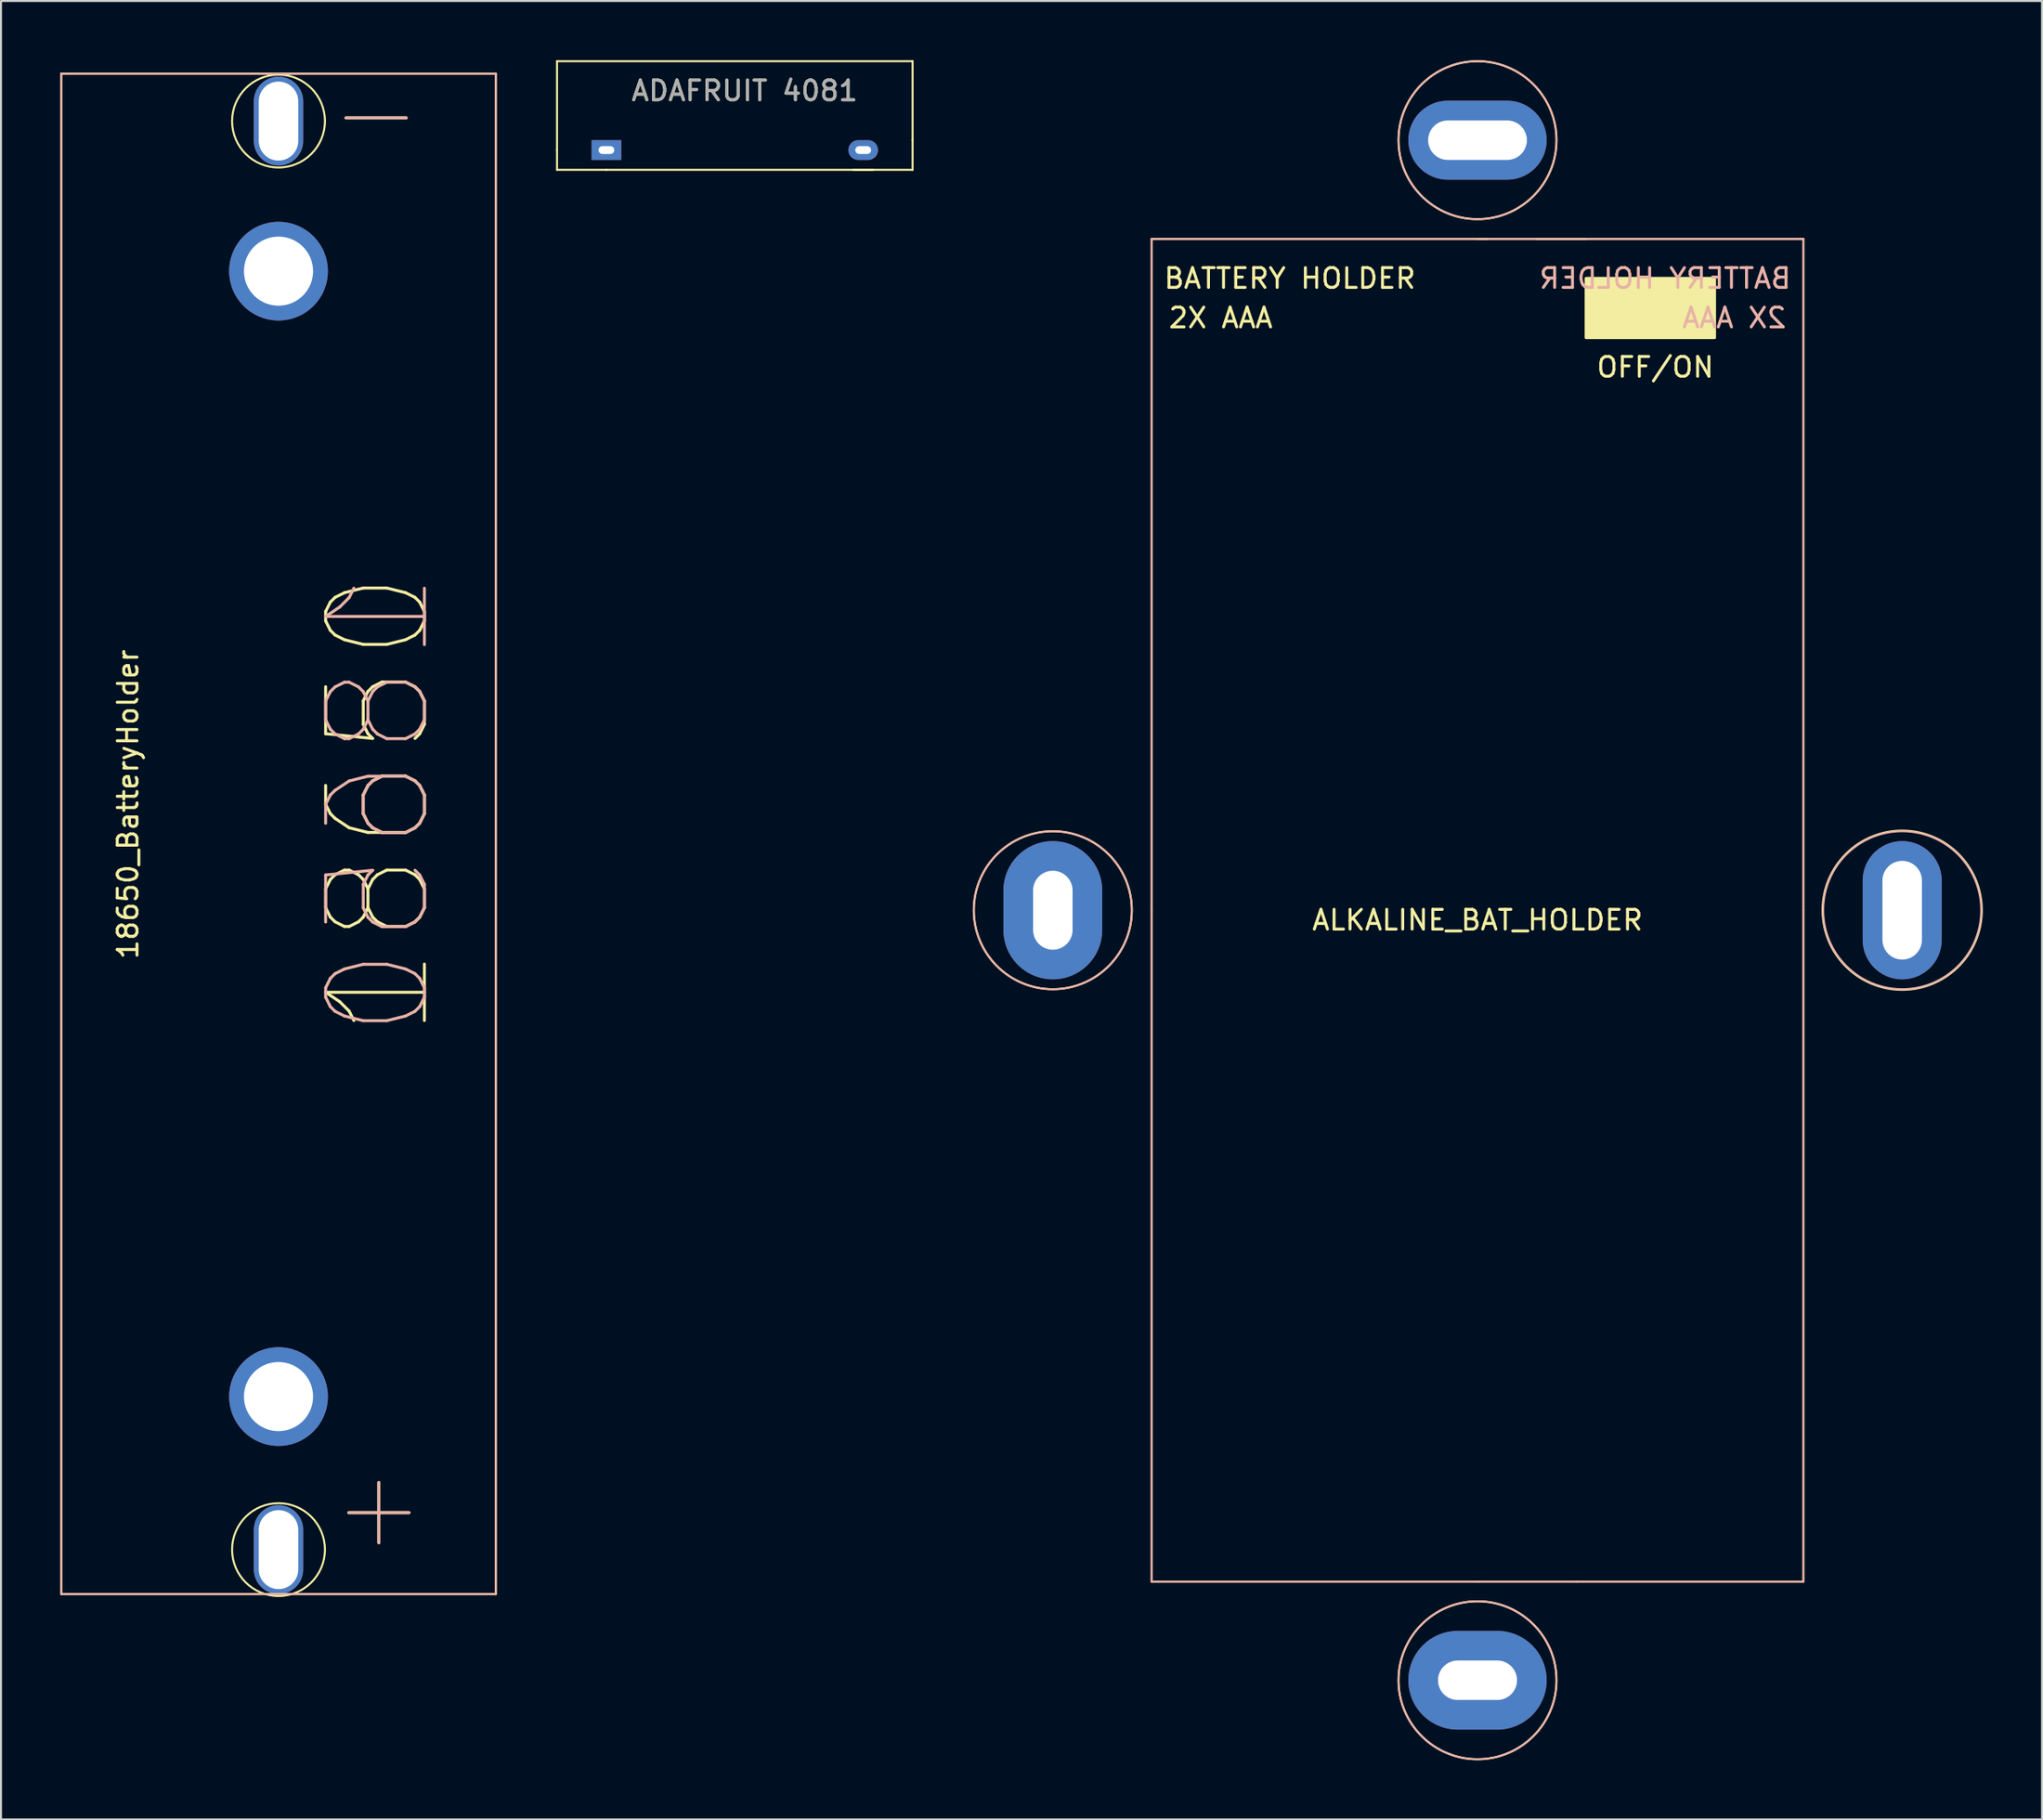
<source format=kicad_pcb>
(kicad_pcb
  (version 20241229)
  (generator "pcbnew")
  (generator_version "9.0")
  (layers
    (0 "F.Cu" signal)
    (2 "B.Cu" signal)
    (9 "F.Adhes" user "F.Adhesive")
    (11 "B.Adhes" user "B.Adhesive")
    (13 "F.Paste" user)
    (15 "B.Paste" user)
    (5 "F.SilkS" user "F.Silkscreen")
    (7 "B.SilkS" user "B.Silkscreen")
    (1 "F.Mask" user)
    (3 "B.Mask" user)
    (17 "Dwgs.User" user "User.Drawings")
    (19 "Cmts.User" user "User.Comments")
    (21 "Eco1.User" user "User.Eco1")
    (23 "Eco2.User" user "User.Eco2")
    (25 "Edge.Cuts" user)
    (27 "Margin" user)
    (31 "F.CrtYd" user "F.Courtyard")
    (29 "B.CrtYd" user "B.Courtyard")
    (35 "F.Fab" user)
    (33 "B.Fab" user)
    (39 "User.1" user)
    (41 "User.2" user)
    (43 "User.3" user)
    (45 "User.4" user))
  (footprint "ADAFRUIT 4081"
    (layer "F.Cu")
    (at 27.65 4.55)
    (property "Reference" "ADAFRUIT 4081" (at 7 -3 0) (layer "F.SilkS") (effects (font (size 1 1) (thickness 0.15))))
    (attr through_hole)
    (fp_line (start -2.5 -4.5) (end -2.5 0) (stroke (width 0.1) (type solid)) (layer "F.SilkS"))
    (fp_line (start -2.5 0) (end -2.5 1) (stroke (width 0.1) (type solid)) (layer "F.SilkS"))
    (fp_line (start -2.5 1) (end 0 1) (stroke (width 0.1) (type solid)) (layer "F.SilkS"))
    (fp_line (start 12.5 1) (end 13.5 1) (stroke (width 0.1) (type solid)) (layer "F.SilkS"))
    (fp_line (start 15.5 -4.5) (end -2.5 -4.5) (stroke (width 0.1) (type solid)) (layer "F.SilkS"))
    (fp_line (start 15.5 -4.5) (end 15.5 -0.5) (stroke (width 0.1) (type solid)) (layer "F.SilkS"))
    (fp_line (start 15.5 1) (end 0 1) (stroke (width 0.1) (type solid)) (layer "F.SilkS"))
    (fp_line (start 15.5 1) (end 15.5 -0.5) (stroke (width 0.1) (type solid)) (layer "F.SilkS"))
    (fp_text user "${REFERENCE}" (at 7 -3 0) (layer "F.Fab") (effects (font (size 1 1) (thickness 0.15))))
    (pad "1" thru_hole rect (at 0 0) (size 1.5 1) (drill oval 0.8 0.4) (layers "*.Cu" "*.Mask"))
    (pad "2" thru_hole oval (at 13 0) (size 1.5 1) (drill oval 0.8 0.4) (layers "*.Cu" "*.Mask")))
  (footprint "ALKALINE_BAT_HOLDER"
    (layer "F.Cu")
    (at 71.75 43.05)
    (property "Reference" "ALKALINE_BAT_HOLDER" (at 0 0.5 0) (layer "F.SilkS") (effects (font (size 1 1) (thickness 0.15))))
    (attr through_hole)
    (fp_line (start -16.5 -34) (end 0.5 -34) (stroke (width 0.1) (type solid)) (layer "F.SilkS"))
    (fp_line (start -16.5 0) (end -16.5 -34) (stroke (width 0.1) (type solid)) (layer "F.SilkS"))
    (fp_line (start -16.5 0) (end -16.5 34) (stroke (width 0.1) (type solid)) (layer "F.SilkS"))
    (fp_line (start -16.5 34) (end 0 34) (stroke (width 0.1) (type solid)) (layer "F.SilkS"))
    (fp_line (start 0 -34) (end 3 -34) (stroke (width 0.1) (type solid)) (layer "F.SilkS"))
    (fp_line (start 0 34) (end 5 34) (stroke (width 0.1) (type solid)) (layer "F.SilkS"))
    (fp_line (start 3 -34) (end 5.5 -34) (stroke (width 0.1) (type solid)) (layer "F.SilkS"))
    (fp_line (start 16.5 -34) (end 3 -34) (stroke (width 0.1) (type solid)) (layer "F.SilkS"))
    (fp_line (start 16.5 0) (end 16.5 -34) (stroke (width 0.1) (type solid)) (layer "F.SilkS"))
    (fp_line (start 16.5 0) (end 16.5 34) (stroke (width 0.1) (type solid)) (layer "F.SilkS"))
    (fp_line (start 16.5 34) (end 5 34) (stroke (width 0.1) (type solid)) (layer "F.SilkS"))
    (fp_circle (center -21.5 0) (end -17.5 0) (stroke (width 0.1) (type solid)) (fill no) (layer "F.SilkS"))
    (fp_circle (center 0 -39) (end 0 -43) (stroke (width 0.1) (type solid)) (fill no) (layer "F.SilkS"))
    (fp_circle (center 0 39) (end 0 35) (stroke (width 0.1) (type solid)) (fill no) (layer "F.SilkS"))
    (fp_circle (center 21.5 0) (end 25.5 0.5) (stroke (width 0.1) (type solid)) (fill no) (layer "F.SilkS"))
    (fp_poly (pts (xy 5.5 -32) (xy 12 -32) (xy 12 -29) (xy 5.5 -29)) (stroke (width 0.15) (type solid)) (fill yes) (layer "F.SilkS"))
    (fp_line (start -16.5 -34) (end -16.5 34) (stroke (width 0.1) (type solid)) (layer "B.SilkS"))
    (fp_line (start -16.5 34) (end 16.5 34) (stroke (width 0.1) (type solid)) (layer "B.SilkS"))
    (fp_line (start 16.5 -34) (end -16.5 -34) (stroke (width 0.1) (type solid)) (layer "B.SilkS"))
    (fp_line (start 16.5 34) (end 16.5 -34) (stroke (width 0.1) (type solid)) (layer "B.SilkS"))
    (fp_circle (center -21.5 0) (end -17.5 0) (stroke (width 0.1) (type solid)) (fill no) (layer "B.SilkS"))
    (fp_circle (center 0 -39) (end 4 -39) (stroke (width 0.1) (type solid)) (fill no) (layer "B.SilkS"))
    (fp_circle (center 0 39) (end 0 35) (stroke (width 0.1) (type solid)) (fill no) (layer "B.SilkS"))
    (fp_circle (center 21.5 0) (end 25.5 0) (stroke (width 0.1) (type solid)) (fill no) (layer "B.SilkS"))
    (fp_text user "2X AAA" (at -13 -30 0) (layer "F.SilkS") (effects (font (size 1 1) (thickness 0.15))))
    (fp_text user "OFF/ON" (at 9 -27.5 0) (layer "F.SilkS") (effects (font (size 1 1) (thickness 0.15))))
    (fp_text user "BATTERY HOLDER" (at -9.5 -32 0) (layer "F.SilkS") (effects (font (size 1 1) (thickness 0.15))))
    (fp_text user "2X AAA" (at 13 -30 0) (layer "B.SilkS") (effects (font (size 1 1) (thickness 0.15)) (justify mirror)))
    (fp_text user "BATTERY HOLDER" (at 9.5 -32 0) (layer "B.SilkS") (effects (font (size 1 1) (thickness 0.15)) (justify mirror)))
    (pad "1" thru_hole oval (at 21.5 0) (size 4 7) (drill oval 2 5) (layers "*.Cu" "*.Mask"))
    (pad "2" thru_hole oval (at -21.5 0) (size 5 7) (drill oval 2 4) (layers "*.Cu" "*.Mask"))
    (pad "3" thru_hole oval (at 0 39) (size 7 5) (drill oval 4 2) (layers "*.Cu" "*.Mask"))
    (pad "4" thru_hole oval (at 0 -39) (size 7 4) (drill oval 5 2) (layers "*.Cu" "*.Mask")))
  (footprint "18650_BatteryHolder"
    (layer "F.Cu")
    (at 11.05 39.183)
    (property "Reference" "18650_BatteryHolder" (at -7.62 -1.5 90) (layer "F.SilkS") (effects (font (size 1 1) (thickness 0.15))))
    (attr through_hole)
    (fp_line (start -11 -38.5) (end 11 -38.5) (stroke (width 0.1) (type solid)) (layer "F.SilkS"))
    (fp_line (start -11 38.5) (end -11 -38.5) (stroke (width 0.1) (type solid)) (layer "F.SilkS"))
    (fp_line (start 11 -38.5) (end 11 38.5) (stroke (width 0.1) (type solid)) (layer "F.SilkS"))
    (fp_line (start 11 38.5) (end -11 38.5) (stroke (width 0.1) (type solid)) (layer "F.SilkS"))
    (fp_circle (center 0 -36.1) (end 2.35 -36.1) (stroke (width 0.1) (type solid)) (fill no) (layer "F.SilkS"))
    (fp_circle (center 0 36.25) (end 2.35 36.25) (stroke (width 0.1) (type solid)) (fill no) (layer "F.SilkS"))
    (fp_line (start -11 -38.5) (end 11 -38.5) (stroke (width 0.1) (type solid)) (layer "B.SilkS"))
    (fp_line (start -11 38.5) (end -11 -38.5) (stroke (width 0.1) (type solid)) (layer "B.SilkS"))
    (fp_line (start 11 -38.5) (end 11 38.5) (stroke (width 0.1) (type solid)) (layer "B.SilkS"))
    (fp_line (start 11 38.5) (end -11 38.5) (stroke (width 0.1) (type solid)) (layer "B.SilkS"))
    (fp_text user "-" (at 4.94 -36.58 0) (layer "F.SilkS") (effects (font (size 4 4) (thickness 0.15))))
    (fp_text user "18650" (at 5.08 -1.5 90) (layer "F.SilkS") (effects (font (size 5 5) (thickness 0.15))))
    (fp_text user "+" (at 5.08 34.06 0) (layer "F.SilkS") (effects (font (size 4 4) (thickness 0.15))))
    (fp_text user "18650" (at 5.08 -1.49 90) (layer "B.SilkS") (effects (font (size 5 5) (thickness 0.15)) (justify mirror)))
    (fp_text user "-" (at 4.94 -36.58 0) (layer "B.SilkS") (effects (font (size 4 4) (thickness 0.15)) (justify mirror)))
    (fp_text user "+" (at 5.08 34.06 0) (layer "B.SilkS") (effects (font (size 4 4) (thickness 0.15)) (justify mirror)))
    (pad "1" thru_hole oval (at 0 36.25) (size 2.5 4.5) (drill oval 2 4) (layers "*.Cu" "*.Mask"))
    (pad "2" thru_hole oval (at 0 -36.1) (size 2.5 4.5) (drill oval 2 4) (layers "*.Cu" "*.Mask"))
    (pad "3" thru_hole circle (at 0 -28.5) (size 5 5) (drill 3.5) (layers "*.Cu" "*.Mask"))
    (pad "3" thru_hole circle (at 0 28.5) (size 5 5) (drill 3.5) (layers "*.Cu" "*.Mask")))
  (gr_rect
    (start -3 -3)
    (end 100.331 89.1)
    (stroke (width 0.1) (type default))
    (fill no)
    (layer "Edge.Cuts")))
</source>
